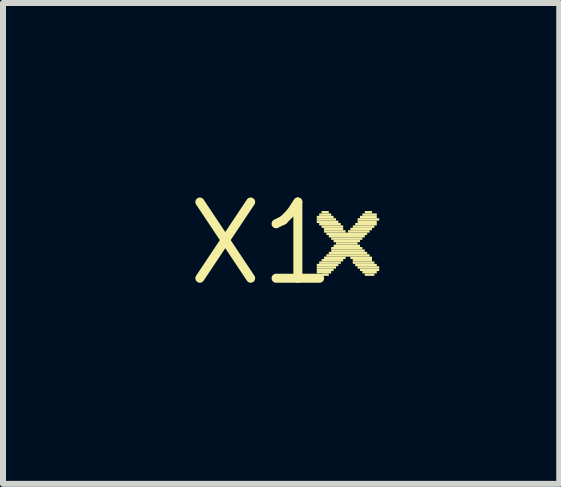
<source format=kicad_pcb>
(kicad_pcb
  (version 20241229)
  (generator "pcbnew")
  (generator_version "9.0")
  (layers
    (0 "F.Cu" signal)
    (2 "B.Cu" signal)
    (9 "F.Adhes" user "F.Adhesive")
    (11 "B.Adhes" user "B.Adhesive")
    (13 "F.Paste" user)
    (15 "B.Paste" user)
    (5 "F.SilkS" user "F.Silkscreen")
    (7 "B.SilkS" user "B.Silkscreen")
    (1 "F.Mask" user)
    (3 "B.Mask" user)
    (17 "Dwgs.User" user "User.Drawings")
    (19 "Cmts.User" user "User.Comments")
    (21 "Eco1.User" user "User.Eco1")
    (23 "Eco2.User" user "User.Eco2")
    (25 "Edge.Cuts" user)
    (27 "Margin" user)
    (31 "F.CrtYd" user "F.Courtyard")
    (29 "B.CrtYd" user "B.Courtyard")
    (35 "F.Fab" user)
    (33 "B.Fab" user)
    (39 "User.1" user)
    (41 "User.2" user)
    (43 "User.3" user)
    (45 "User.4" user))
  (footprint "X1"
    (layer "F.Cu")
    (at 1.308 1.006)
    (property "Reference" "X1" (at 0 0 0) (layer "F.SilkS") (effects (font (size 1.27 1.27) (thickness 0.15))))
    (attr through_hole)
    (fp_poly (pts (xy 0.92 -0.42) (xy 1.2 -0.42) (xy 1.2 -0.46) (xy 0.92 -0.46)) (stroke (width 0) (type solid)) (fill yes) (layer "F.SilkS"))
    (fp_poly (pts (xy 0.92 -0.38) (xy 1.24 -0.38) (xy 1.24 -0.42) (xy 0.92 -0.42)) (stroke (width 0) (type solid)) (fill yes) (layer "F.SilkS"))
    (fp_poly (pts (xy 0.92 -0.34) (xy 1.28 -0.34) (xy 1.28 -0.38) (xy 0.92 -0.38)) (stroke (width 0) (type solid)) (fill yes) (layer "F.SilkS"))
    (fp_poly (pts (xy 0.92 0.38) (xy 1.28 0.38) (xy 1.28 0.34) (xy 0.92 0.34)) (stroke (width 0) (type solid)) (fill yes) (layer "F.SilkS"))
    (fp_poly (pts (xy 0.92 0.42) (xy 1.24 0.42) (xy 1.24 0.38) (xy 0.92 0.38)) (stroke (width 0) (type solid)) (fill yes) (layer "F.SilkS"))
    (fp_poly (pts (xy 0.92 0.46) (xy 1.2 0.46) (xy 1.2 0.42) (xy 0.92 0.42)) (stroke (width 0) (type solid)) (fill yes) (layer "F.SilkS"))
    (fp_poly (pts (xy 0.92 0.5) (xy 1.16 0.5) (xy 1.16 0.46) (xy 0.92 0.46)) (stroke (width 0) (type solid)) (fill yes) (layer "F.SilkS"))
    (fp_poly (pts (xy 0.96 -0.46) (xy 1.16 -0.46) (xy 1.16 -0.5) (xy 0.96 -0.5)) (stroke (width 0) (type solid)) (fill yes) (layer "F.SilkS"))
    (fp_poly (pts (xy 0.96 -0.3) (xy 1.32 -0.3) (xy 1.32 -0.34) (xy 0.96 -0.34)) (stroke (width 0) (type solid)) (fill yes) (layer "F.SilkS"))
    (fp_poly (pts (xy 0.96 0.34) (xy 1.32 0.34) (xy 1.32 0.3) (xy 0.96 0.3)) (stroke (width 0) (type solid)) (fill yes) (layer "F.SilkS"))
    (fp_poly (pts (xy 1 -0.5) (xy 1.12 -0.5) (xy 1.12 -0.54) (xy 1 -0.54)) (stroke (width 0) (type solid)) (fill yes) (layer "F.SilkS"))
    (fp_poly (pts (xy 1 -0.26) (xy 1.36 -0.26) (xy 1.36 -0.3) (xy 1 -0.3)) (stroke (width 0) (type solid)) (fill yes) (layer "F.SilkS"))
    (fp_poly (pts (xy 1 0.3) (xy 1.36 0.3) (xy 1.36 0.26) (xy 1 0.26)) (stroke (width 0) (type solid)) (fill yes) (layer "F.SilkS"))
    (fp_poly (pts (xy 1 0.54) (xy 1.12 0.54) (xy 1.12 0.5) (xy 1 0.5)) (stroke (width 0) (type solid)) (fill yes) (layer "F.SilkS"))
    (fp_poly (pts (xy 1.04 -0.22) (xy 1.36 -0.22) (xy 1.36 -0.26) (xy 1.04 -0.26)) (stroke (width 0) (type solid)) (fill yes) (layer "F.SilkS"))
    (fp_poly (pts (xy 1.04 -0.18) (xy 1.4 -0.18) (xy 1.4 -0.22) (xy 1.04 -0.22)) (stroke (width 0) (type solid)) (fill yes) (layer "F.SilkS"))
    (fp_poly (pts (xy 1.04 0.26) (xy 1.4 0.26) (xy 1.4 0.22) (xy 1.04 0.22)) (stroke (width 0) (type solid)) (fill yes) (layer "F.SilkS"))
    (fp_poly (pts (xy 1.08 -0.14) (xy 1.76 -0.14) (xy 1.76 -0.18) (xy 1.08 -0.18)) (stroke (width 0) (type solid)) (fill yes) (layer "F.SilkS"))
    (fp_poly (pts (xy 1.08 0.22) (xy 1.8 0.22) (xy 1.8 0.18) (xy 1.08 0.18)) (stroke (width 0) (type solid)) (fill yes) (layer "F.SilkS"))
    (fp_poly (pts (xy 1.12 -0.1) (xy 1.72 -0.1) (xy 1.72 -0.14) (xy 1.12 -0.14)) (stroke (width 0) (type solid)) (fill yes) (layer "F.SilkS"))
    (fp_poly (pts (xy 1.12 0.18) (xy 1.76 0.18) (xy 1.76 0.14) (xy 1.12 0.14)) (stroke (width 0) (type solid)) (fill yes) (layer "F.SilkS"))
    (fp_poly (pts (xy 1.16 -0.06) (xy 1.68 -0.06) (xy 1.68 -0.1) (xy 1.16 -0.1)) (stroke (width 0) (type solid)) (fill yes) (layer "F.SilkS"))
    (fp_poly (pts (xy 1.16 0.1) (xy 1.68 0.1) (xy 1.68 0.06) (xy 1.16 0.06)) (stroke (width 0) (type solid)) (fill yes) (layer "F.SilkS"))
    (fp_poly (pts (xy 1.16 0.14) (xy 1.72 0.14) (xy 1.72 0.1) (xy 1.16 0.1)) (stroke (width 0) (type solid)) (fill yes) (layer "F.SilkS"))
    (fp_poly (pts (xy 1.2 -0.02) (xy 1.64 -0.02) (xy 1.64 -0.06) (xy 1.2 -0.06)) (stroke (width 0) (type solid)) (fill yes) (layer "F.SilkS"))
    (fp_poly (pts (xy 1.2 0.06) (xy 1.64 0.06) (xy 1.64 0.02) (xy 1.2 0.02)) (stroke (width 0) (type solid)) (fill yes) (layer "F.SilkS"))
    (fp_poly (pts (xy 1.24 0.02) (xy 1.6 0.02) (xy 1.6 -0.02) (xy 1.24 -0.02)) (stroke (width 0) (type solid)) (fill yes) (layer "F.SilkS"))
    (fp_poly (pts (xy 1.44 -0.18) (xy 1.8 -0.18) (xy 1.8 -0.22) (xy 1.44 -0.22)) (stroke (width 0) (type solid)) (fill yes) (layer "F.SilkS"))
    (fp_poly (pts (xy 1.48 -0.22) (xy 1.84 -0.22) (xy 1.84 -0.26) (xy 1.48 -0.26)) (stroke (width 0) (type solid)) (fill yes) (layer "F.SilkS"))
    (fp_poly (pts (xy 1.48 0.26) (xy 1.84 0.26) (xy 1.84 0.22) (xy 1.48 0.22)) (stroke (width 0) (type solid)) (fill yes) (layer "F.SilkS"))
    (fp_poly (pts (xy 1.52 -0.26) (xy 1.88 -0.26) (xy 1.88 -0.3) (xy 1.52 -0.3)) (stroke (width 0) (type solid)) (fill yes) (layer "F.SilkS"))
    (fp_poly (pts (xy 1.52 0.3) (xy 1.84 0.3) (xy 1.84 0.26) (xy 1.52 0.26)) (stroke (width 0) (type solid)) (fill yes) (layer "F.SilkS"))
    (fp_poly (pts (xy 1.52 0.34) (xy 1.88 0.34) (xy 1.88 0.3) (xy 1.52 0.3)) (stroke (width 0) (type solid)) (fill yes) (layer "F.SilkS"))
    (fp_poly (pts (xy 1.56 -0.3) (xy 1.92 -0.3) (xy 1.92 -0.34) (xy 1.56 -0.34)) (stroke (width 0) (type solid)) (fill yes) (layer "F.SilkS"))
    (fp_poly (pts (xy 1.56 0.38) (xy 1.92 0.38) (xy 1.92 0.34) (xy 1.56 0.34)) (stroke (width 0) (type solid)) (fill yes) (layer "F.SilkS"))
    (fp_poly (pts (xy 1.6 -0.38) (xy 1.96 -0.38) (xy 1.96 -0.42) (xy 1.6 -0.42)) (stroke (width 0) (type solid)) (fill yes) (layer "F.SilkS"))
    (fp_poly (pts (xy 1.6 -0.34) (xy 1.92 -0.34) (xy 1.92 -0.38) (xy 1.6 -0.38)) (stroke (width 0) (type solid)) (fill yes) (layer "F.SilkS"))
    (fp_poly (pts (xy 1.6 0.42) (xy 1.96 0.42) (xy 1.96 0.38) (xy 1.6 0.38)) (stroke (width 0) (type solid)) (fill yes) (layer "F.SilkS"))
    (fp_poly (pts (xy 1.64 -0.42) (xy 1.92 -0.42) (xy 1.92 -0.46) (xy 1.64 -0.46)) (stroke (width 0) (type solid)) (fill yes) (layer "F.SilkS"))
    (fp_poly (pts (xy 1.64 0.46) (xy 1.96 0.46) (xy 1.96 0.42) (xy 1.64 0.42)) (stroke (width 0) (type solid)) (fill yes) (layer "F.SilkS"))
    (fp_poly (pts (xy 1.68 -0.46) (xy 1.92 -0.46) (xy 1.92 -0.5) (xy 1.68 -0.5)) (stroke (width 0) (type solid)) (fill yes) (layer "F.SilkS"))
    (fp_poly (pts (xy 1.68 0.5) (xy 1.92 0.5) (xy 1.92 0.46) (xy 1.68 0.46)) (stroke (width 0) (type solid)) (fill yes) (layer "F.SilkS"))
    (fp_poly (pts (xy 1.72 -0.5) (xy 1.84 -0.5) (xy 1.84 -0.54) (xy 1.72 -0.54)) (stroke (width 0) (type solid)) (fill yes) (layer "F.SilkS"))
    (fp_poly (pts (xy 1.72 0.54) (xy 1.88 0.54) (xy 1.88 0.5) (xy 1.72 0.5)) (stroke (width 0) (type solid)) (fill yes) (layer "F.SilkS")))
  (gr_rect
    (start -3 -3)
    (end 6.268 5.012)
    (stroke (width 0.1) (type default))
    (fill no)
    (layer "Edge.Cuts")))
</source>
